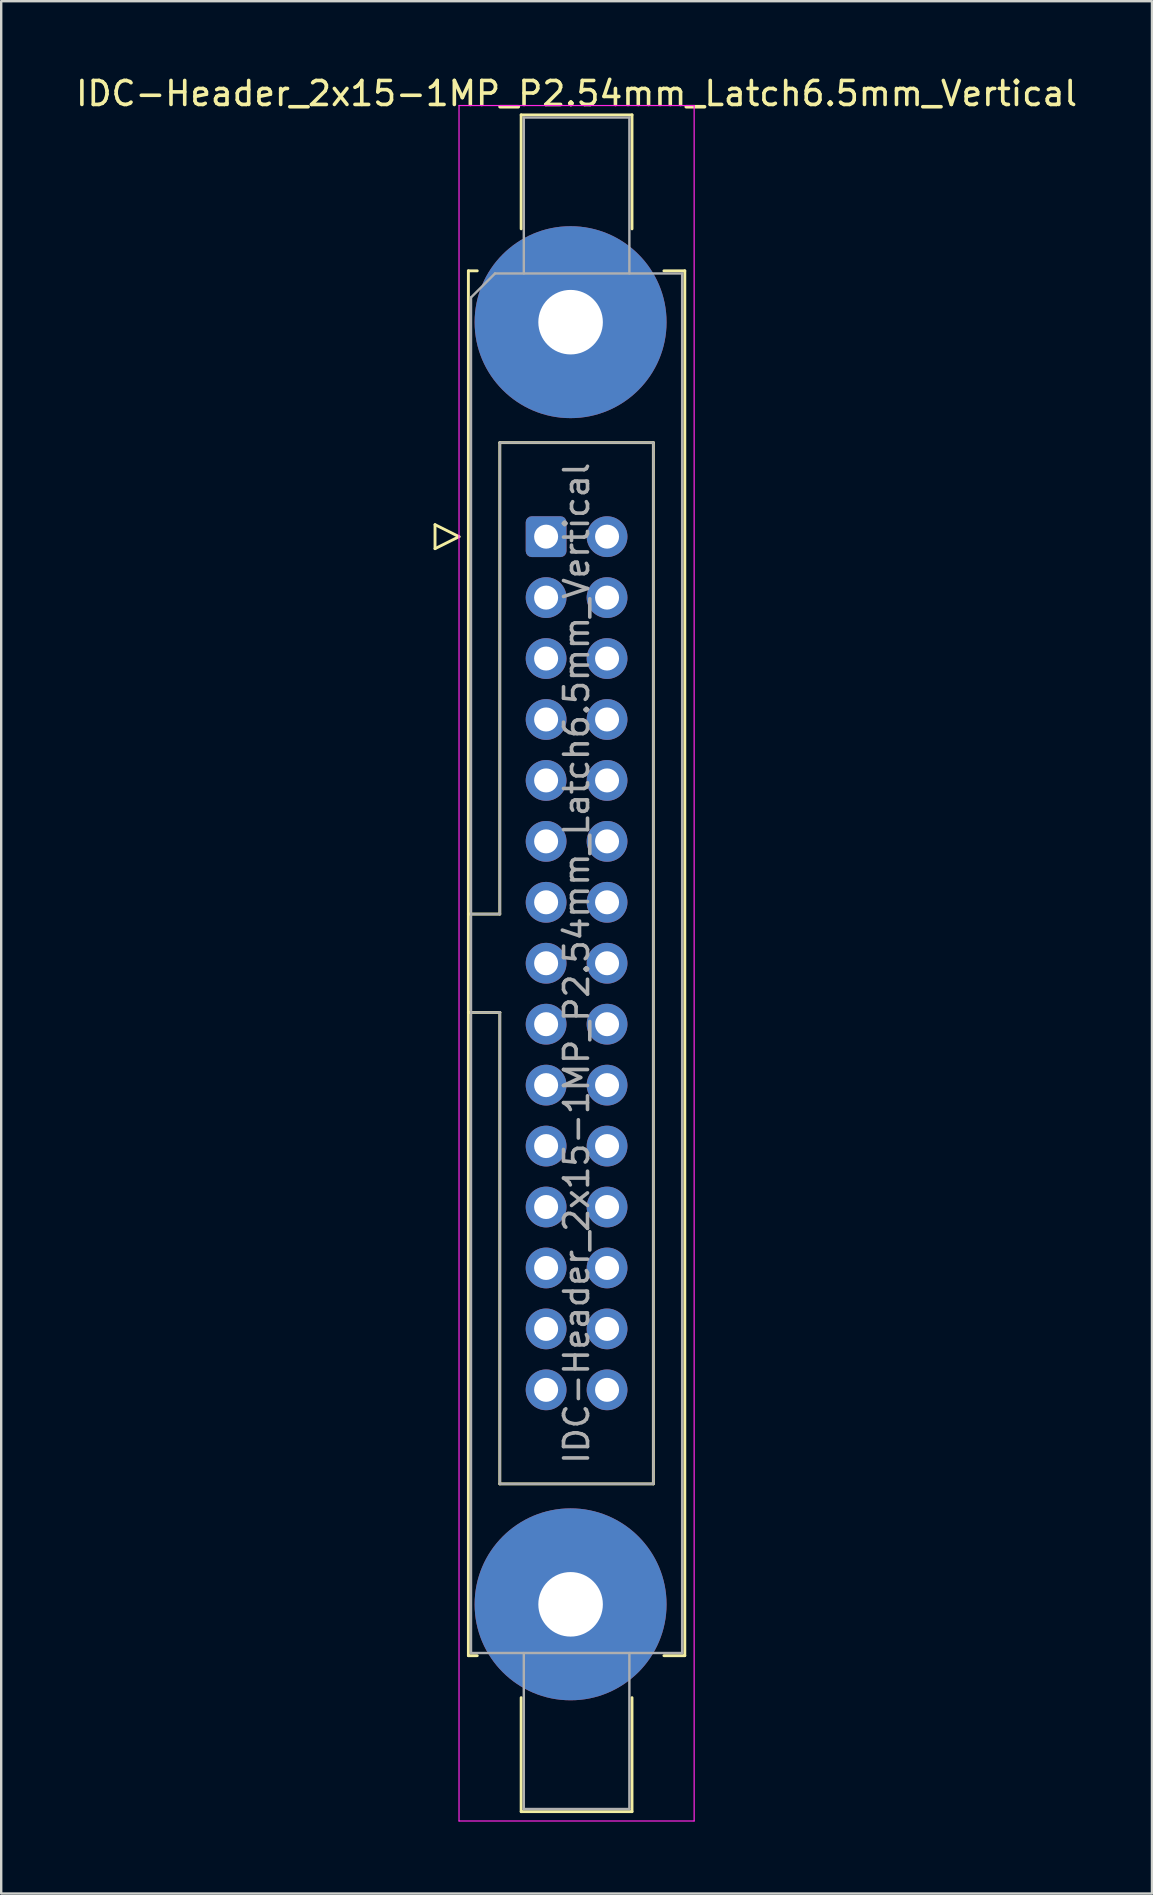
<source format=kicad_pcb>
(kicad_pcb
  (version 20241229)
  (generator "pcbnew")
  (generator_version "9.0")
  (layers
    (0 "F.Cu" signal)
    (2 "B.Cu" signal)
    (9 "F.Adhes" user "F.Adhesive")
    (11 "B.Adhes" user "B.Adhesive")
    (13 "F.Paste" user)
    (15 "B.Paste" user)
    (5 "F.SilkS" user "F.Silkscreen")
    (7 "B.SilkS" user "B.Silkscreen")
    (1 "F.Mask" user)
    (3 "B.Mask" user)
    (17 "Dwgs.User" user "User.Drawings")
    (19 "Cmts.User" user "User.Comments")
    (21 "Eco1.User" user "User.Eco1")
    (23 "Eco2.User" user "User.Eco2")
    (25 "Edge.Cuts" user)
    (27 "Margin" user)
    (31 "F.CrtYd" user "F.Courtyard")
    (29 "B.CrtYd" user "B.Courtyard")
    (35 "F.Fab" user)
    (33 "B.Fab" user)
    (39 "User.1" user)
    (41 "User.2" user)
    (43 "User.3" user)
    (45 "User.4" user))
  (footprint "IDC-Header_2x15-1MP_P2.54mm_Latch6.5mm_Vertical"
    (layer "F.Cu")
    (at 19.712 19.318)
    (property "Reference" "IDC-Header_2x15-1MP_P2.54mm_Latch6.5mm_Vertical" (at 1.27 -18.47 0) (layer "F.SilkS") (effects (font (size 1 1) (thickness 0.15))))
    (attr through_hole)
    (fp_line (start -4.63 -0.5) (end -4.63 0.5) (stroke (width 0.12) (type solid)) (layer "F.SilkS"))
    (fp_line (start -4.63 0.5) (end -3.63 0) (stroke (width 0.12) (type solid)) (layer "F.SilkS"))
    (fp_line (start -3.63 0) (end -4.63 -0.5) (stroke (width 0.12) (type solid)) (layer "F.SilkS"))
    (fp_line (start -3.24 -11.08) (end -3.24 46.64) (stroke (width 0.12) (type solid)) (layer "F.SilkS"))
    (fp_line (start -3.24 15.73) (end -1.93 15.73) (stroke (width 0.12) (type solid)) (layer "F.SilkS"))
    (fp_line (start -3.24 46.64) (end -2.87 46.64) (stroke (width 0.12) (type solid)) (layer "F.SilkS"))
    (fp_line (start -2.87 -11.08) (end -3.24 -11.08) (stroke (width 0.12) (type solid)) (layer "F.SilkS"))
    (fp_line (start -1.93 -3.92) (end 4.47 -3.92) (stroke (width 0.12) (type solid)) (layer "F.SilkS"))
    (fp_line (start -1.93 15.73) (end -1.93 -3.92) (stroke (width 0.12) (type solid)) (layer "F.SilkS"))
    (fp_line (start -1.93 19.83) (end -3.24 19.83) (stroke (width 0.12) (type solid)) (layer "F.SilkS"))
    (fp_line (start -1.93 19.83) (end -1.93 19.83) (stroke (width 0.12) (type solid)) (layer "F.SilkS"))
    (fp_line (start -1.93 39.48) (end -1.93 19.83) (stroke (width 0.12) (type solid)) (layer "F.SilkS"))
    (fp_line (start -1.04 -17.58) (end 3.58 -17.58) (stroke (width 0.12) (type solid)) (layer "F.SilkS"))
    (fp_line (start -1.04 -12.83) (end -1.04 -17.58) (stroke (width 0.12) (type solid)) (layer "F.SilkS"))
    (fp_line (start -1.04 48.39) (end -1.04 53.14) (stroke (width 0.12) (type solid)) (layer "F.SilkS"))
    (fp_line (start -1.04 53.14) (end 3.58 53.14) (stroke (width 0.12) (type solid)) (layer "F.SilkS"))
    (fp_line (start 3.58 -17.58) (end 3.58 -12.83) (stroke (width 0.12) (type solid)) (layer "F.SilkS"))
    (fp_line (start 3.58 53.14) (end 3.58 48.39) (stroke (width 0.12) (type solid)) (layer "F.SilkS"))
    (fp_line (start 4.47 -3.92) (end 4.47 39.48) (stroke (width 0.12) (type solid)) (layer "F.SilkS"))
    (fp_line (start 4.47 39.48) (end -1.93 39.48) (stroke (width 0.12) (type solid)) (layer "F.SilkS"))
    (fp_line (start 4.91 -11.08) (end 5.78 -11.08) (stroke (width 0.12) (type solid)) (layer "F.SilkS"))
    (fp_line (start 5.78 -11.08) (end 5.78 46.64) (stroke (width 0.12) (type solid)) (layer "F.SilkS"))
    (fp_line (start 5.78 46.64) (end 4.91 46.64) (stroke (width 0.12) (type solid)) (layer "F.SilkS"))
    (fp_line (start -3.63 -17.97) (end -3.63 53.53) (stroke (width 0.05) (type solid)) (layer "F.CrtYd"))
    (fp_line (start -3.63 53.53) (end 6.17 53.53) (stroke (width 0.05) (type solid)) (layer "F.CrtYd"))
    (fp_line (start 6.17 -17.97) (end -3.63 -17.97) (stroke (width 0.05) (type solid)) (layer "F.CrtYd"))
    (fp_line (start 6.17 53.53) (end 6.17 -17.97) (stroke (width 0.05) (type solid)) (layer "F.CrtYd"))
    (fp_line (start -3.13 -9.97) (end -2.13 -10.97) (stroke (width 0.1) (type solid)) (layer "F.Fab"))
    (fp_line (start -3.13 15.73) (end -1.93 15.73) (stroke (width 0.1) (type solid)) (layer "F.Fab"))
    (fp_line (start -3.13 46.53) (end -3.13 -9.97) (stroke (width 0.1) (type solid)) (layer "F.Fab"))
    (fp_line (start -2.13 -10.97) (end 5.67 -10.97) (stroke (width 0.1) (type solid)) (layer "F.Fab"))
    (fp_line (start -1.93 -3.92) (end 4.47 -3.92) (stroke (width 0.1) (type solid)) (layer "F.Fab"))
    (fp_line (start -1.93 15.73) (end -1.93 -3.92) (stroke (width 0.1) (type solid)) (layer "F.Fab"))
    (fp_line (start -1.93 19.83) (end -3.13 19.83) (stroke (width 0.1) (type solid)) (layer "F.Fab"))
    (fp_line (start -1.93 19.83) (end -1.93 19.83) (stroke (width 0.1) (type solid)) (layer "F.Fab"))
    (fp_line (start -1.93 39.48) (end -1.93 19.83) (stroke (width 0.1) (type solid)) (layer "F.Fab"))
    (fp_line (start -0.93 -17.47) (end 3.47 -17.47) (stroke (width 0.1) (type solid)) (layer "F.Fab"))
    (fp_line (start -0.93 -10.97) (end -0.93 -17.47) (stroke (width 0.1) (type solid)) (layer "F.Fab"))
    (fp_line (start -0.93 46.53) (end -0.93 53.03) (stroke (width 0.1) (type solid)) (layer "F.Fab"))
    (fp_line (start -0.93 53.03) (end 3.47 53.03) (stroke (width 0.1) (type solid)) (layer "F.Fab"))
    (fp_line (start 3.47 -17.47) (end 3.47 -10.97) (stroke (width 0.1) (type solid)) (layer "F.Fab"))
    (fp_line (start 3.47 53.03) (end 3.47 46.53) (stroke (width 0.1) (type solid)) (layer "F.Fab"))
    (fp_line (start 4.47 -3.92) (end 4.47 39.48) (stroke (width 0.1) (type solid)) (layer "F.Fab"))
    (fp_line (start 4.47 39.48) (end -1.93 39.48) (stroke (width 0.1) (type solid)) (layer "F.Fab"))
    (fp_line (start 5.67 -10.97) (end 5.67 46.53) (stroke (width 0.1) (type solid)) (layer "F.Fab"))
    (fp_line (start 5.67 46.53) (end -3.13 46.53) (stroke (width 0.1) (type solid)) (layer "F.Fab"))
    (fp_text user "${REFERENCE}" (at 1.27 17.78 90) (layer "F.Fab") (effects (font (size 1 1) (thickness 0.15))))
    (pad "1" thru_hole roundrect (at 0 0) (size 1.7 1.7) (drill 1) (layers "*.Cu" "*.Mask") (roundrect_rratio 0.147))
    (pad "2" thru_hole circle (at 2.54 0) (size 1.7 1.7) (drill 1) (layers "*.Cu" "*.Mask"))
    (pad "3" thru_hole circle (at 0 2.54) (size 1.7 1.7) (drill 1) (layers "*.Cu" "*.Mask"))
    (pad "4" thru_hole circle (at 2.54 2.54) (size 1.7 1.7) (drill 1) (layers "*.Cu" "*.Mask"))
    (pad "5" thru_hole circle (at 0 5.08) (size 1.7 1.7) (drill 1) (layers "*.Cu" "*.Mask"))
    (pad "6" thru_hole circle (at 2.54 5.08) (size 1.7 1.7) (drill 1) (layers "*.Cu" "*.Mask"))
    (pad "7" thru_hole circle (at 0 7.62) (size 1.7 1.7) (drill 1) (layers "*.Cu" "*.Mask"))
    (pad "8" thru_hole circle (at 2.54 7.62) (size 1.7 1.7) (drill 1) (layers "*.Cu" "*.Mask"))
    (pad "9" thru_hole circle (at 0 10.16) (size 1.7 1.7) (drill 1) (layers "*.Cu" "*.Mask"))
    (pad "10" thru_hole circle (at 2.54 10.16) (size 1.7 1.7) (drill 1) (layers "*.Cu" "*.Mask"))
    (pad "11" thru_hole circle (at 0 12.7) (size 1.7 1.7) (drill 1) (layers "*.Cu" "*.Mask"))
    (pad "12" thru_hole circle (at 2.54 12.7) (size 1.7 1.7) (drill 1) (layers "*.Cu" "*.Mask"))
    (pad "13" thru_hole circle (at 0 15.24) (size 1.7 1.7) (drill 1) (layers "*.Cu" "*.Mask"))
    (pad "14" thru_hole circle (at 2.54 15.24) (size 1.7 1.7) (drill 1) (layers "*.Cu" "*.Mask"))
    (pad "15" thru_hole circle (at 0 17.78) (size 1.7 1.7) (drill 1) (layers "*.Cu" "*.Mask"))
    (pad "16" thru_hole circle (at 2.54 17.78) (size 1.7 1.7) (drill 1) (layers "*.Cu" "*.Mask"))
    (pad "17" thru_hole circle (at 0 20.32) (size 1.7 1.7) (drill 1) (layers "*.Cu" "*.Mask"))
    (pad "18" thru_hole circle (at 2.54 20.32) (size 1.7 1.7) (drill 1) (layers "*.Cu" "*.Mask"))
    (pad "19" thru_hole circle (at 0 22.86) (size 1.7 1.7) (drill 1) (layers "*.Cu" "*.Mask"))
    (pad "20" thru_hole circle (at 2.54 22.86) (size 1.7 1.7) (drill 1) (layers "*.Cu" "*.Mask"))
    (pad "21" thru_hole circle (at 0 25.4) (size 1.7 1.7) (drill 1) (layers "*.Cu" "*.Mask"))
    (pad "22" thru_hole circle (at 2.54 25.4) (size 1.7 1.7) (drill 1) (layers "*.Cu" "*.Mask"))
    (pad "23" thru_hole circle (at 0 27.94) (size 1.7 1.7) (drill 1) (layers "*.Cu" "*.Mask"))
    (pad "24" thru_hole circle (at 2.54 27.94) (size 1.7 1.7) (drill 1) (layers "*.Cu" "*.Mask"))
    (pad "25" thru_hole circle (at 0 30.48) (size 1.7 1.7) (drill 1) (layers "*.Cu" "*.Mask"))
    (pad "26" thru_hole circle (at 2.54 30.48) (size 1.7 1.7) (drill 1) (layers "*.Cu" "*.Mask"))
    (pad "27" thru_hole circle (at 0 33.02) (size 1.7 1.7) (drill 1) (layers "*.Cu" "*.Mask"))
    (pad "28" thru_hole circle (at 2.54 33.02) (size 1.7 1.7) (drill 1) (layers "*.Cu" "*.Mask"))
    (pad "29" thru_hole circle (at 0 35.56) (size 1.7 1.7) (drill 1) (layers "*.Cu" "*.Mask"))
    (pad "30" thru_hole circle (at 2.54 35.56) (size 1.7 1.7) (drill 1) (layers "*.Cu" "*.Mask"))
    (pad "MP" thru_hole circle (at 1.02 -8.94) (size 8 8) (drill 2.69) (layers "*.Cu" "*.Mask"))
    (pad "MP" thru_hole circle (at 1.02 44.5) (size 8 8) (drill 2.69) (layers "*.Cu" "*.Mask")))
  (gr_rect
    (start -3 -3)
    (end 44.964 75.873)
    (stroke (width 0.1) (type default))
    (fill no)
    (layer "Edge.Cuts")))
</source>
